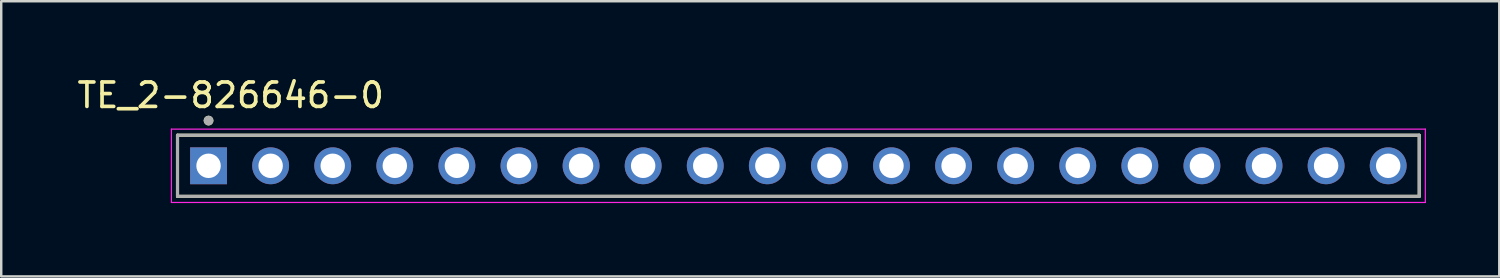
<source format=kicad_pcb>
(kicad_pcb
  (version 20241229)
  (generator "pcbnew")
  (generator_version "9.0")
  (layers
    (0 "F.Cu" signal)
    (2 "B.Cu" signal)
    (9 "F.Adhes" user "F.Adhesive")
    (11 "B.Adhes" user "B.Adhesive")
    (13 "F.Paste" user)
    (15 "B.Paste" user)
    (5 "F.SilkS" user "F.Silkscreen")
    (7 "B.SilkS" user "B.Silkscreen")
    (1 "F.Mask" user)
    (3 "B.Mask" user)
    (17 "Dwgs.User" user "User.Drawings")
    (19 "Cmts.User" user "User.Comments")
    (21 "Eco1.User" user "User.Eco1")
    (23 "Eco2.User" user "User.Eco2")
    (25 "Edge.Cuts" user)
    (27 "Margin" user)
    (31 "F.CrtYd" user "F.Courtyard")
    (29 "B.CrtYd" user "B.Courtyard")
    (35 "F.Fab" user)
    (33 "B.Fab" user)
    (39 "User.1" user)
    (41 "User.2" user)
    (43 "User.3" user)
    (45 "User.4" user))
  (footprint "TE_2-826646-0"
    (layer "F.Cu")
    (at 29.612 3.733)
    (property "Reference" "TE_2-826646-0" (at -23.225 -2.885 0) (layer "F.SilkS") (effects (font (size 1 1) (thickness 0.15))))
    (attr through_hole)
    (fp_line (start -25.4 -1.25) (end 25.4 -1.25) (stroke (width 0.127) (type solid)) (layer "F.SilkS"))
    (fp_line (start -25.4 1.25) (end -25.4 -1.25) (stroke (width 0.127) (type solid)) (layer "F.SilkS"))
    (fp_line (start 25.4 -1.25) (end 25.4 1.25) (stroke (width 0.127) (type solid)) (layer "F.SilkS"))
    (fp_line (start 25.4 1.25) (end -25.4 1.25) (stroke (width 0.127) (type solid)) (layer "F.SilkS"))
    (fp_circle (center -24.13 -1.85) (end -24.03 -1.85) (stroke (width 0.2) (type solid)) (fill no) (layer "F.SilkS"))
    (fp_line (start -25.65 -1.5) (end 25.65 -1.5) (stroke (width 0.05) (type solid)) (layer "F.CrtYd"))
    (fp_line (start -25.65 1.5) (end -25.65 -1.5) (stroke (width 0.05) (type solid)) (layer "F.CrtYd"))
    (fp_line (start 25.65 -1.5) (end 25.65 1.5) (stroke (width 0.05) (type solid)) (layer "F.CrtYd"))
    (fp_line (start 25.65 1.5) (end -25.65 1.5) (stroke (width 0.05) (type solid)) (layer "F.CrtYd"))
    (fp_line (start -25.4 -1.25) (end 25.4 -1.25) (stroke (width 0.127) (type solid)) (layer "F.Fab"))
    (fp_line (start -25.4 1.25) (end -25.4 -1.25) (stroke (width 0.127) (type solid)) (layer "F.Fab"))
    (fp_line (start 25.4 -1.25) (end 25.4 1.25) (stroke (width 0.127) (type solid)) (layer "F.Fab"))
    (fp_line (start 25.4 1.25) (end -25.4 1.25) (stroke (width 0.127) (type solid)) (layer "F.Fab"))
    (fp_circle (center -24.13 -1.85) (end -24.03 -1.85) (stroke (width 0.2) (type solid)) (fill no) (layer "F.Fab"))
    (pad "1" thru_hole rect (at -24.13 0) (size 1.508 1.508) (drill 1) (layers "*.Cu" "*.Mask"))
    (pad "2" thru_hole circle (at -21.59 0) (size 1.508 1.508) (drill 1) (layers "*.Cu" "*.Mask"))
    (pad "3" thru_hole circle (at -19.05 0) (size 1.508 1.508) (drill 1) (layers "*.Cu" "*.Mask"))
    (pad "4" thru_hole circle (at -16.51 0) (size 1.508 1.508) (drill 1) (layers "*.Cu" "*.Mask"))
    (pad "5" thru_hole circle (at -13.97 0) (size 1.508 1.508) (drill 1) (layers "*.Cu" "*.Mask"))
    (pad "6" thru_hole circle (at -11.43 0) (size 1.508 1.508) (drill 1) (layers "*.Cu" "*.Mask"))
    (pad "7" thru_hole circle (at -8.89 0) (size 1.508 1.508) (drill 1) (layers "*.Cu" "*.Mask"))
    (pad "8" thru_hole circle (at -6.35 0) (size 1.508 1.508) (drill 1) (layers "*.Cu" "*.Mask"))
    (pad "9" thru_hole circle (at -3.81 0) (size 1.508 1.508) (drill 1) (layers "*.Cu" "*.Mask"))
    (pad "10" thru_hole circle (at -1.27 0) (size 1.508 1.508) (drill 1) (layers "*.Cu" "*.Mask"))
    (pad "11" thru_hole circle (at 1.27 0) (size 1.508 1.508) (drill 1) (layers "*.Cu" "*.Mask"))
    (pad "12" thru_hole circle (at 3.81 0) (size 1.508 1.508) (drill 1) (layers "*.Cu" "*.Mask"))
    (pad "13" thru_hole circle (at 6.35 0) (size 1.508 1.508) (drill 1) (layers "*.Cu" "*.Mask"))
    (pad "14" thru_hole circle (at 8.89 0) (size 1.508 1.508) (drill 1) (layers "*.Cu" "*.Mask"))
    (pad "15" thru_hole circle (at 11.43 0) (size 1.508 1.508) (drill 1) (layers "*.Cu" "*.Mask"))
    (pad "16" thru_hole circle (at 13.97 0) (size 1.508 1.508) (drill 1) (layers "*.Cu" "*.Mask"))
    (pad "17" thru_hole circle (at 16.51 0) (size 1.508 1.508) (drill 1) (layers "*.Cu" "*.Mask"))
    (pad "18" thru_hole circle (at 19.05 0) (size 1.508 1.508) (drill 1) (layers "*.Cu" "*.Mask"))
    (pad "19" thru_hole circle (at 21.59 0) (size 1.508 1.508) (drill 1) (layers "*.Cu" "*.Mask"))
    (pad "20" thru_hole circle (at 24.13 0) (size 1.508 1.508) (drill 1) (layers "*.Cu" "*.Mask")))
  (gr_rect
    (start -3 -3)
    (end 58.287 8.258)
    (stroke (width 0.1) (type default))
    (fill no)
    (layer "Edge.Cuts")))
</source>
